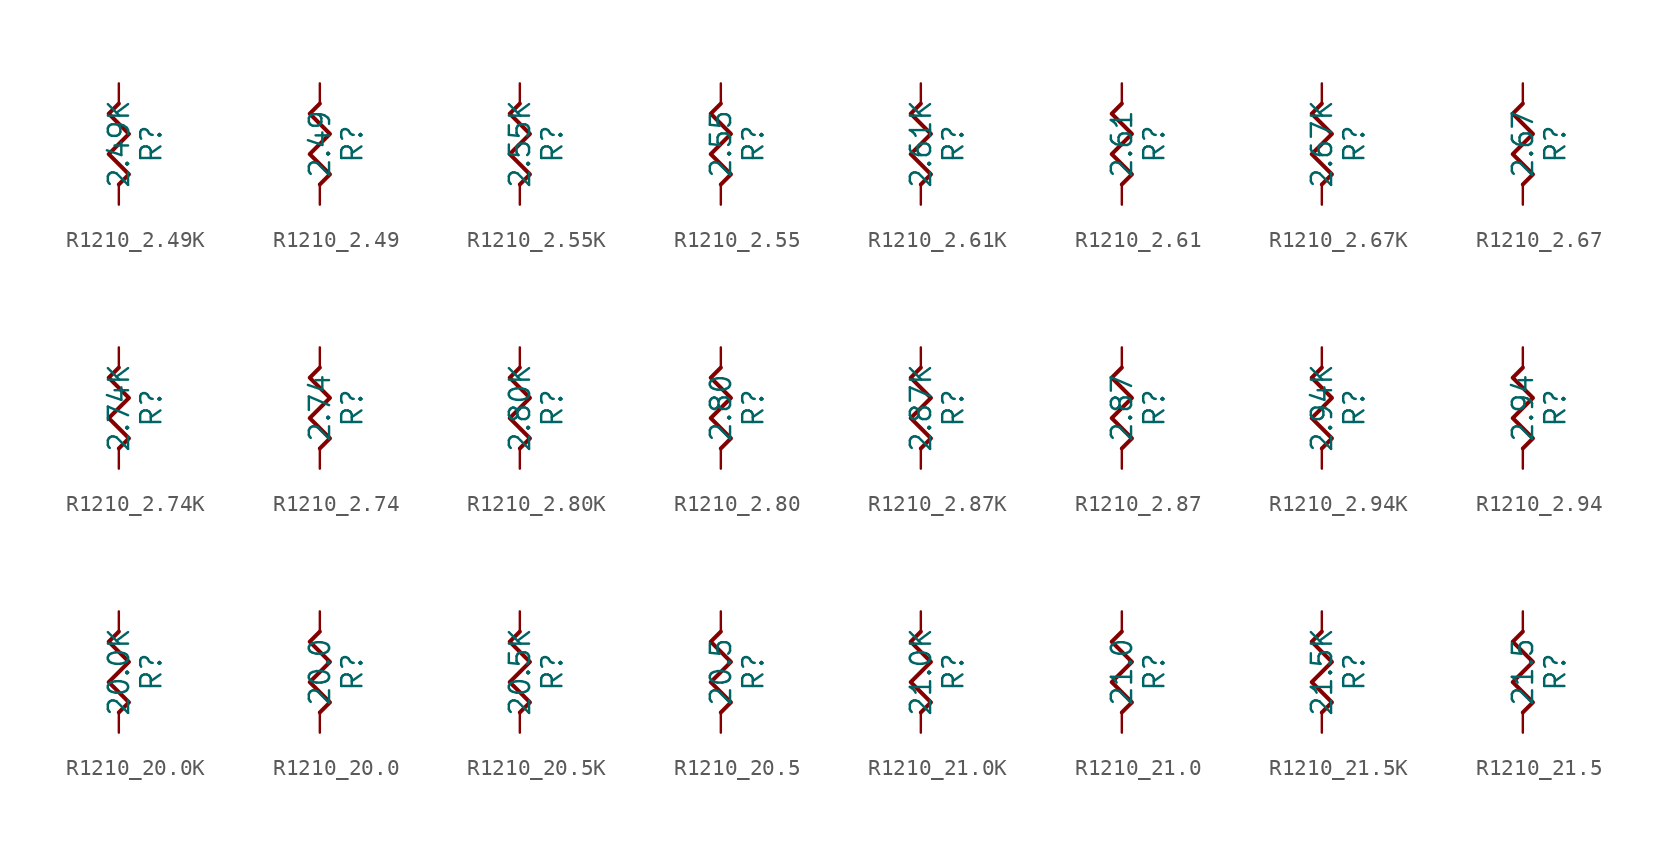
<source format=kicad_sym>
(kicad_symbol_lib
  (version 20211014)
  (generator atlantix-eda)
  (symbol "R1210_2.49K"
    (pin_numbers hide)
    (pin_names
      (offset 0))
    (property "Reference" "R"
      (at 2.032 0 90)
      (effects (font (size 1.27 1.27))))
    (property "Value" "2.49K"
      (at 0 0 90)
      (effects (font (size 1.27 1.27))))
    (symbol "R1210_2.49K_0_1"
      (polyline (pts (xy 0 -2.54) (xy 0.635 -1.905) (xy -0.635 -0.635) (xy 0.635 0.635) (xy -0.635 1.905) (xy 0 2.54)) (stroke (width 0.254) (type default) (color 0 0 0 0)) (fill (type none))))
    (symbol "R1210_2.49K_1_1"
      (pin passive line (at 0 3.81 270) (length 1.27) (name "~" (effects (font (size 1.27 1.27)))) (number "1" (effects (font (size 1.27 1.27)))))
      (pin passive line (at 0 -3.81 90) (length 1.27) (name "~" (effects (font (size 1.27 1.27)))) (number "2" (effects (font (size 1.27 1.27)))))))
  (symbol "R1210_2.49"
    (pin_numbers hide)
    (pin_names
      (offset 0))
    (property "Reference" "R"
      (at 2.032 0 90)
      (effects (font (size 1.27 1.27))))
    (property "Value" "2.49"
      (at 0 0 90)
      (effects (font (size 1.27 1.27))))
    (symbol "R1210_2.49_0_1"
      (polyline (pts (xy 0 -2.54) (xy 0.635 -1.905) (xy -0.635 -0.635) (xy 0.635 0.635) (xy -0.635 1.905) (xy 0 2.54)) (stroke (width 0.254) (type default) (color 0 0 0 0)) (fill (type none))))
    (symbol "R1210_2.49_1_1"
      (pin passive line (at 0 3.81 270) (length 1.27) (name "~" (effects (font (size 1.27 1.27)))) (number "1" (effects (font (size 1.27 1.27)))))
      (pin passive line (at 0 -3.81 90) (length 1.27) (name "~" (effects (font (size 1.27 1.27)))) (number "2" (effects (font (size 1.27 1.27)))))))
  (symbol "R1210_2.55K"
    (pin_numbers hide)
    (pin_names
      (offset 0))
    (property "Reference" "R"
      (at 2.032 0 90)
      (effects (font (size 1.27 1.27))))
    (property "Value" "2.55K"
      (at 0 0 90)
      (effects (font (size 1.27 1.27))))
    (symbol "R1210_2.55K_0_1"
      (polyline (pts (xy 0 -2.54) (xy 0.635 -1.905) (xy -0.635 -0.635) (xy 0.635 0.635) (xy -0.635 1.905) (xy 0 2.54)) (stroke (width 0.254) (type default) (color 0 0 0 0)) (fill (type none))))
    (symbol "R1210_2.55K_1_1"
      (pin passive line (at 0 3.81 270) (length 1.27) (name "~" (effects (font (size 1.27 1.27)))) (number "1" (effects (font (size 1.27 1.27)))))
      (pin passive line (at 0 -3.81 90) (length 1.27) (name "~" (effects (font (size 1.27 1.27)))) (number "2" (effects (font (size 1.27 1.27)))))))
  (symbol "R1210_2.55"
    (pin_numbers hide)
    (pin_names
      (offset 0))
    (property "Reference" "R"
      (at 2.032 0 90)
      (effects (font (size 1.27 1.27))))
    (property "Value" "2.55"
      (at 0 0 90)
      (effects (font (size 1.27 1.27))))
    (symbol "R1210_2.55_0_1"
      (polyline (pts (xy 0 -2.54) (xy 0.635 -1.905) (xy -0.635 -0.635) (xy 0.635 0.635) (xy -0.635 1.905) (xy 0 2.54)) (stroke (width 0.254) (type default) (color 0 0 0 0)) (fill (type none))))
    (symbol "R1210_2.55_1_1"
      (pin passive line (at 0 3.81 270) (length 1.27) (name "~" (effects (font (size 1.27 1.27)))) (number "1" (effects (font (size 1.27 1.27)))))
      (pin passive line (at 0 -3.81 90) (length 1.27) (name "~" (effects (font (size 1.27 1.27)))) (number "2" (effects (font (size 1.27 1.27)))))))
  (symbol "R1210_2.61K"
    (pin_numbers hide)
    (pin_names
      (offset 0))
    (property "Reference" "R"
      (at 2.032 0 90)
      (effects (font (size 1.27 1.27))))
    (property "Value" "2.61K"
      (at 0 0 90)
      (effects (font (size 1.27 1.27))))
    (symbol "R1210_2.61K_0_1"
      (polyline (pts (xy 0 -2.54) (xy 0.635 -1.905) (xy -0.635 -0.635) (xy 0.635 0.635) (xy -0.635 1.905) (xy 0 2.54)) (stroke (width 0.254) (type default) (color 0 0 0 0)) (fill (type none))))
    (symbol "R1210_2.61K_1_1"
      (pin passive line (at 0 3.81 270) (length 1.27) (name "~" (effects (font (size 1.27 1.27)))) (number "1" (effects (font (size 1.27 1.27)))))
      (pin passive line (at 0 -3.81 90) (length 1.27) (name "~" (effects (font (size 1.27 1.27)))) (number "2" (effects (font (size 1.27 1.27)))))))
  (symbol "R1210_2.61"
    (pin_numbers hide)
    (pin_names
      (offset 0))
    (property "Reference" "R"
      (at 2.032 0 90)
      (effects (font (size 1.27 1.27))))
    (property "Value" "2.61"
      (at 0 0 90)
      (effects (font (size 1.27 1.27))))
    (symbol "R1210_2.61_0_1"
      (polyline (pts (xy 0 -2.54) (xy 0.635 -1.905) (xy -0.635 -0.635) (xy 0.635 0.635) (xy -0.635 1.905) (xy 0 2.54)) (stroke (width 0.254) (type default) (color 0 0 0 0)) (fill (type none))))
    (symbol "R1210_2.61_1_1"
      (pin passive line (at 0 3.81 270) (length 1.27) (name "~" (effects (font (size 1.27 1.27)))) (number "1" (effects (font (size 1.27 1.27)))))
      (pin passive line (at 0 -3.81 90) (length 1.27) (name "~" (effects (font (size 1.27 1.27)))) (number "2" (effects (font (size 1.27 1.27)))))))
  (symbol "R1210_2.67K"
    (pin_numbers hide)
    (pin_names
      (offset 0))
    (property "Reference" "R"
      (at 2.032 0 90)
      (effects (font (size 1.27 1.27))))
    (property "Value" "2.67K"
      (at 0 0 90)
      (effects (font (size 1.27 1.27))))
    (symbol "R1210_2.67K_0_1"
      (polyline (pts (xy 0 -2.54) (xy 0.635 -1.905) (xy -0.635 -0.635) (xy 0.635 0.635) (xy -0.635 1.905) (xy 0 2.54)) (stroke (width 0.254) (type default) (color 0 0 0 0)) (fill (type none))))
    (symbol "R1210_2.67K_1_1"
      (pin passive line (at 0 3.81 270) (length 1.27) (name "~" (effects (font (size 1.27 1.27)))) (number "1" (effects (font (size 1.27 1.27)))))
      (pin passive line (at 0 -3.81 90) (length 1.27) (name "~" (effects (font (size 1.27 1.27)))) (number "2" (effects (font (size 1.27 1.27)))))))
  (symbol "R1210_2.67"
    (pin_numbers hide)
    (pin_names
      (offset 0))
    (property "Reference" "R"
      (at 2.032 0 90)
      (effects (font (size 1.27 1.27))))
    (property "Value" "2.67"
      (at 0 0 90)
      (effects (font (size 1.27 1.27))))
    (symbol "R1210_2.67_0_1"
      (polyline (pts (xy 0 -2.54) (xy 0.635 -1.905) (xy -0.635 -0.635) (xy 0.635 0.635) (xy -0.635 1.905) (xy 0 2.54)) (stroke (width 0.254) (type default) (color 0 0 0 0)) (fill (type none))))
    (symbol "R1210_2.67_1_1"
      (pin passive line (at 0 3.81 270) (length 1.27) (name "~" (effects (font (size 1.27 1.27)))) (number "1" (effects (font (size 1.27 1.27)))))
      (pin passive line (at 0 -3.81 90) (length 1.27) (name "~" (effects (font (size 1.27 1.27)))) (number "2" (effects (font (size 1.27 1.27)))))))
  (symbol "R1210_2.74K"
    (pin_numbers hide)
    (pin_names
      (offset 0))
    (property "Reference" "R"
      (at 2.032 0 90)
      (effects (font (size 1.27 1.27))))
    (property "Value" "2.74K"
      (at 0 0 90)
      (effects (font (size 1.27 1.27))))
    (symbol "R1210_2.74K_0_1"
      (polyline (pts (xy 0 -2.54) (xy 0.635 -1.905) (xy -0.635 -0.635) (xy 0.635 0.635) (xy -0.635 1.905) (xy 0 2.54)) (stroke (width 0.254) (type default) (color 0 0 0 0)) (fill (type none))))
    (symbol "R1210_2.74K_1_1"
      (pin passive line (at 0 3.81 270) (length 1.27) (name "~" (effects (font (size 1.27 1.27)))) (number "1" (effects (font (size 1.27 1.27)))))
      (pin passive line (at 0 -3.81 90) (length 1.27) (name "~" (effects (font (size 1.27 1.27)))) (number "2" (effects (font (size 1.27 1.27)))))))
  (symbol "R1210_2.74"
    (pin_numbers hide)
    (pin_names
      (offset 0))
    (property "Reference" "R"
      (at 2.032 0 90)
      (effects (font (size 1.27 1.27))))
    (property "Value" "2.74"
      (at 0 0 90)
      (effects (font (size 1.27 1.27))))
    (symbol "R1210_2.74_0_1"
      (polyline (pts (xy 0 -2.54) (xy 0.635 -1.905) (xy -0.635 -0.635) (xy 0.635 0.635) (xy -0.635 1.905) (xy 0 2.54)) (stroke (width 0.254) (type default) (color 0 0 0 0)) (fill (type none))))
    (symbol "R1210_2.74_1_1"
      (pin passive line (at 0 3.81 270) (length 1.27) (name "~" (effects (font (size 1.27 1.27)))) (number "1" (effects (font (size 1.27 1.27)))))
      (pin passive line (at 0 -3.81 90) (length 1.27) (name "~" (effects (font (size 1.27 1.27)))) (number "2" (effects (font (size 1.27 1.27)))))))
  (symbol "R1210_2.80K"
    (pin_numbers hide)
    (pin_names
      (offset 0))
    (property "Reference" "R"
      (at 2.032 0 90)
      (effects (font (size 1.27 1.27))))
    (property "Value" "2.80K"
      (at 0 0 90)
      (effects (font (size 1.27 1.27))))
    (symbol "R1210_2.80K_0_1"
      (polyline (pts (xy 0 -2.54) (xy 0.635 -1.905) (xy -0.635 -0.635) (xy 0.635 0.635) (xy -0.635 1.905) (xy 0 2.54)) (stroke (width 0.254) (type default) (color 0 0 0 0)) (fill (type none))))
    (symbol "R1210_2.80K_1_1"
      (pin passive line (at 0 3.81 270) (length 1.27) (name "~" (effects (font (size 1.27 1.27)))) (number "1" (effects (font (size 1.27 1.27)))))
      (pin passive line (at 0 -3.81 90) (length 1.27) (name "~" (effects (font (size 1.27 1.27)))) (number "2" (effects (font (size 1.27 1.27)))))))
  (symbol "R1210_2.80"
    (pin_numbers hide)
    (pin_names
      (offset 0))
    (property "Reference" "R"
      (at 2.032 0 90)
      (effects (font (size 1.27 1.27))))
    (property "Value" "2.80"
      (at 0 0 90)
      (effects (font (size 1.27 1.27))))
    (symbol "R1210_2.80_0_1"
      (polyline (pts (xy 0 -2.54) (xy 0.635 -1.905) (xy -0.635 -0.635) (xy 0.635 0.635) (xy -0.635 1.905) (xy 0 2.54)) (stroke (width 0.254) (type default) (color 0 0 0 0)) (fill (type none))))
    (symbol "R1210_2.80_1_1"
      (pin passive line (at 0 3.81 270) (length 1.27) (name "~" (effects (font (size 1.27 1.27)))) (number "1" (effects (font (size 1.27 1.27)))))
      (pin passive line (at 0 -3.81 90) (length 1.27) (name "~" (effects (font (size 1.27 1.27)))) (number "2" (effects (font (size 1.27 1.27)))))))
  (symbol "R1210_2.87K"
    (pin_numbers hide)
    (pin_names
      (offset 0))
    (property "Reference" "R"
      (at 2.032 0 90)
      (effects (font (size 1.27 1.27))))
    (property "Value" "2.87K"
      (at 0 0 90)
      (effects (font (size 1.27 1.27))))
    (symbol "R1210_2.87K_0_1"
      (polyline (pts (xy 0 -2.54) (xy 0.635 -1.905) (xy -0.635 -0.635) (xy 0.635 0.635) (xy -0.635 1.905) (xy 0 2.54)) (stroke (width 0.254) (type default) (color 0 0 0 0)) (fill (type none))))
    (symbol "R1210_2.87K_1_1"
      (pin passive line (at 0 3.81 270) (length 1.27) (name "~" (effects (font (size 1.27 1.27)))) (number "1" (effects (font (size 1.27 1.27)))))
      (pin passive line (at 0 -3.81 90) (length 1.27) (name "~" (effects (font (size 1.27 1.27)))) (number "2" (effects (font (size 1.27 1.27)))))))
  (symbol "R1210_2.87"
    (pin_numbers hide)
    (pin_names
      (offset 0))
    (property "Reference" "R"
      (at 2.032 0 90)
      (effects (font (size 1.27 1.27))))
    (property "Value" "2.87"
      (at 0 0 90)
      (effects (font (size 1.27 1.27))))
    (symbol "R1210_2.87_0_1"
      (polyline (pts (xy 0 -2.54) (xy 0.635 -1.905) (xy -0.635 -0.635) (xy 0.635 0.635) (xy -0.635 1.905) (xy 0 2.54)) (stroke (width 0.254) (type default) (color 0 0 0 0)) (fill (type none))))
    (symbol "R1210_2.87_1_1"
      (pin passive line (at 0 3.81 270) (length 1.27) (name "~" (effects (font (size 1.27 1.27)))) (number "1" (effects (font (size 1.27 1.27)))))
      (pin passive line (at 0 -3.81 90) (length 1.27) (name "~" (effects (font (size 1.27 1.27)))) (number "2" (effects (font (size 1.27 1.27)))))))
  (symbol "R1210_2.94K"
    (pin_numbers hide)
    (pin_names
      (offset 0))
    (property "Reference" "R"
      (at 2.032 0 90)
      (effects (font (size 1.27 1.27))))
    (property "Value" "2.94K"
      (at 0 0 90)
      (effects (font (size 1.27 1.27))))
    (symbol "R1210_2.94K_0_1"
      (polyline (pts (xy 0 -2.54) (xy 0.635 -1.905) (xy -0.635 -0.635) (xy 0.635 0.635) (xy -0.635 1.905) (xy 0 2.54)) (stroke (width 0.254) (type default) (color 0 0 0 0)) (fill (type none))))
    (symbol "R1210_2.94K_1_1"
      (pin passive line (at 0 3.81 270) (length 1.27) (name "~" (effects (font (size 1.27 1.27)))) (number "1" (effects (font (size 1.27 1.27)))))
      (pin passive line (at 0 -3.81 90) (length 1.27) (name "~" (effects (font (size 1.27 1.27)))) (number "2" (effects (font (size 1.27 1.27)))))))
  (symbol "R1210_2.94"
    (pin_numbers hide)
    (pin_names
      (offset 0))
    (property "Reference" "R"
      (at 2.032 0 90)
      (effects (font (size 1.27 1.27))))
    (property "Value" "2.94"
      (at 0 0 90)
      (effects (font (size 1.27 1.27))))
    (symbol "R1210_2.94_0_1"
      (polyline (pts (xy 0 -2.54) (xy 0.635 -1.905) (xy -0.635 -0.635) (xy 0.635 0.635) (xy -0.635 1.905) (xy 0 2.54)) (stroke (width 0.254) (type default) (color 0 0 0 0)) (fill (type none))))
    (symbol "R1210_2.94_1_1"
      (pin passive line (at 0 3.81 270) (length 1.27) (name "~" (effects (font (size 1.27 1.27)))) (number "1" (effects (font (size 1.27 1.27)))))
      (pin passive line (at 0 -3.81 90) (length 1.27) (name "~" (effects (font (size 1.27 1.27)))) (number "2" (effects (font (size 1.27 1.27)))))))
  (symbol "R1210_20.0K"
    (pin_numbers hide)
    (pin_names
      (offset 0))
    (property "Reference" "R"
      (at 2.032 0 90)
      (effects (font (size 1.27 1.27))))
    (property "Value" "20.0K"
      (at 0 0 90)
      (effects (font (size 1.27 1.27))))
    (symbol "R1210_20.0K_0_1"
      (polyline (pts (xy 0 -2.54) (xy 0.635 -1.905) (xy -0.635 -0.635) (xy 0.635 0.635) (xy -0.635 1.905) (xy 0 2.54)) (stroke (width 0.254) (type default) (color 0 0 0 0)) (fill (type none))))
    (symbol "R1210_20.0K_1_1"
      (pin passive line (at 0 3.81 270) (length 1.27) (name "~" (effects (font (size 1.27 1.27)))) (number "1" (effects (font (size 1.27 1.27)))))
      (pin passive line (at 0 -3.81 90) (length 1.27) (name "~" (effects (font (size 1.27 1.27)))) (number "2" (effects (font (size 1.27 1.27)))))))
  (symbol "R1210_20.0"
    (pin_numbers hide)
    (pin_names
      (offset 0))
    (property "Reference" "R"
      (at 2.032 0 90)
      (effects (font (size 1.27 1.27))))
    (property "Value" "20.0"
      (at 0 0 90)
      (effects (font (size 1.27 1.27))))
    (symbol "R1210_20.0_0_1"
      (polyline (pts (xy 0 -2.54) (xy 0.635 -1.905) (xy -0.635 -0.635) (xy 0.635 0.635) (xy -0.635 1.905) (xy 0 2.54)) (stroke (width 0.254) (type default) (color 0 0 0 0)) (fill (type none))))
    (symbol "R1210_20.0_1_1"
      (pin passive line (at 0 3.81 270) (length 1.27) (name "~" (effects (font (size 1.27 1.27)))) (number "1" (effects (font (size 1.27 1.27)))))
      (pin passive line (at 0 -3.81 90) (length 1.27) (name "~" (effects (font (size 1.27 1.27)))) (number "2" (effects (font (size 1.27 1.27)))))))
  (symbol "R1210_20.5K"
    (pin_numbers hide)
    (pin_names
      (offset 0))
    (property "Reference" "R"
      (at 2.032 0 90)
      (effects (font (size 1.27 1.27))))
    (property "Value" "20.5K"
      (at 0 0 90)
      (effects (font (size 1.27 1.27))))
    (symbol "R1210_20.5K_0_1"
      (polyline (pts (xy 0 -2.54) (xy 0.635 -1.905) (xy -0.635 -0.635) (xy 0.635 0.635) (xy -0.635 1.905) (xy 0 2.54)) (stroke (width 0.254) (type default) (color 0 0 0 0)) (fill (type none))))
    (symbol "R1210_20.5K_1_1"
      (pin passive line (at 0 3.81 270) (length 1.27) (name "~" (effects (font (size 1.27 1.27)))) (number "1" (effects (font (size 1.27 1.27)))))
      (pin passive line (at 0 -3.81 90) (length 1.27) (name "~" (effects (font (size 1.27 1.27)))) (number "2" (effects (font (size 1.27 1.27)))))))
  (symbol "R1210_20.5"
    (pin_numbers hide)
    (pin_names
      (offset 0))
    (property "Reference" "R"
      (at 2.032 0 90)
      (effects (font (size 1.27 1.27))))
    (property "Value" "20.5"
      (at 0 0 90)
      (effects (font (size 1.27 1.27))))
    (symbol "R1210_20.5_0_1"
      (polyline (pts (xy 0 -2.54) (xy 0.635 -1.905) (xy -0.635 -0.635) (xy 0.635 0.635) (xy -0.635 1.905) (xy 0 2.54)) (stroke (width 0.254) (type default) (color 0 0 0 0)) (fill (type none))))
    (symbol "R1210_20.5_1_1"
      (pin passive line (at 0 3.81 270) (length 1.27) (name "~" (effects (font (size 1.27 1.27)))) (number "1" (effects (font (size 1.27 1.27)))))
      (pin passive line (at 0 -3.81 90) (length 1.27) (name "~" (effects (font (size 1.27 1.27)))) (number "2" (effects (font (size 1.27 1.27)))))))
  (symbol "R1210_21.0K"
    (pin_numbers hide)
    (pin_names
      (offset 0))
    (property "Reference" "R"
      (at 2.032 0 90)
      (effects (font (size 1.27 1.27))))
    (property "Value" "21.0K"
      (at 0 0 90)
      (effects (font (size 1.27 1.27))))
    (symbol "R1210_21.0K_0_1"
      (polyline (pts (xy 0 -2.54) (xy 0.635 -1.905) (xy -0.635 -0.635) (xy 0.635 0.635) (xy -0.635 1.905) (xy 0 2.54)) (stroke (width 0.254) (type default) (color 0 0 0 0)) (fill (type none))))
    (symbol "R1210_21.0K_1_1"
      (pin passive line (at 0 3.81 270) (length 1.27) (name "~" (effects (font (size 1.27 1.27)))) (number "1" (effects (font (size 1.27 1.27)))))
      (pin passive line (at 0 -3.81 90) (length 1.27) (name "~" (effects (font (size 1.27 1.27)))) (number "2" (effects (font (size 1.27 1.27)))))))
  (symbol "R1210_21.0"
    (pin_numbers hide)
    (pin_names
      (offset 0))
    (property "Reference" "R"
      (at 2.032 0 90)
      (effects (font (size 1.27 1.27))))
    (property "Value" "21.0"
      (at 0 0 90)
      (effects (font (size 1.27 1.27))))
    (symbol "R1210_21.0_0_1"
      (polyline (pts (xy 0 -2.54) (xy 0.635 -1.905) (xy -0.635 -0.635) (xy 0.635 0.635) (xy -0.635 1.905) (xy 0 2.54)) (stroke (width 0.254) (type default) (color 0 0 0 0)) (fill (type none))))
    (symbol "R1210_21.0_1_1"
      (pin passive line (at 0 3.81 270) (length 1.27) (name "~" (effects (font (size 1.27 1.27)))) (number "1" (effects (font (size 1.27 1.27)))))
      (pin passive line (at 0 -3.81 90) (length 1.27) (name "~" (effects (font (size 1.27 1.27)))) (number "2" (effects (font (size 1.27 1.27)))))))
  (symbol "R1210_21.5K"
    (pin_numbers hide)
    (pin_names
      (offset 0))
    (property "Reference" "R"
      (at 2.032 0 90)
      (effects (font (size 1.27 1.27))))
    (property "Value" "21.5K"
      (at 0 0 90)
      (effects (font (size 1.27 1.27))))
    (symbol "R1210_21.5K_0_1"
      (polyline (pts (xy 0 -2.54) (xy 0.635 -1.905) (xy -0.635 -0.635) (xy 0.635 0.635) (xy -0.635 1.905) (xy 0 2.54)) (stroke (width 0.254) (type default) (color 0 0 0 0)) (fill (type none))))
    (symbol "R1210_21.5K_1_1"
      (pin passive line (at 0 3.81 270) (length 1.27) (name "~" (effects (font (size 1.27 1.27)))) (number "1" (effects (font (size 1.27 1.27)))))
      (pin passive line (at 0 -3.81 90) (length 1.27) (name "~" (effects (font (size 1.27 1.27)))) (number "2" (effects (font (size 1.27 1.27)))))))
  (symbol "R1210_21.5"
    (pin_numbers hide)
    (pin_names
      (offset 0))
    (property "Reference" "R"
      (at 2.032 0 90)
      (effects (font (size 1.27 1.27))))
    (property "Value" "21.5"
      (at 0 0 90)
      (effects (font (size 1.27 1.27))))
    (symbol "R1210_21.5_0_1"
      (polyline (pts (xy 0 -2.54) (xy 0.635 -1.905) (xy -0.635 -0.635) (xy 0.635 0.635) (xy -0.635 1.905) (xy 0 2.54)) (stroke (width 0.254) (type default) (color 0 0 0 0)) (fill (type none))))
    (symbol "R1210_21.5_1_1"
      (pin passive line (at 0 3.81 270) (length 1.27) (name "~" (effects (font (size 1.27 1.27)))) (number "1" (effects (font (size 1.27 1.27)))))
      (pin passive line (at 0 -3.81 90) (length 1.27) (name "~" (effects (font (size 1.27 1.27)))) (number "2" (effects (font (size 1.27 1.27))))))))
</source>
